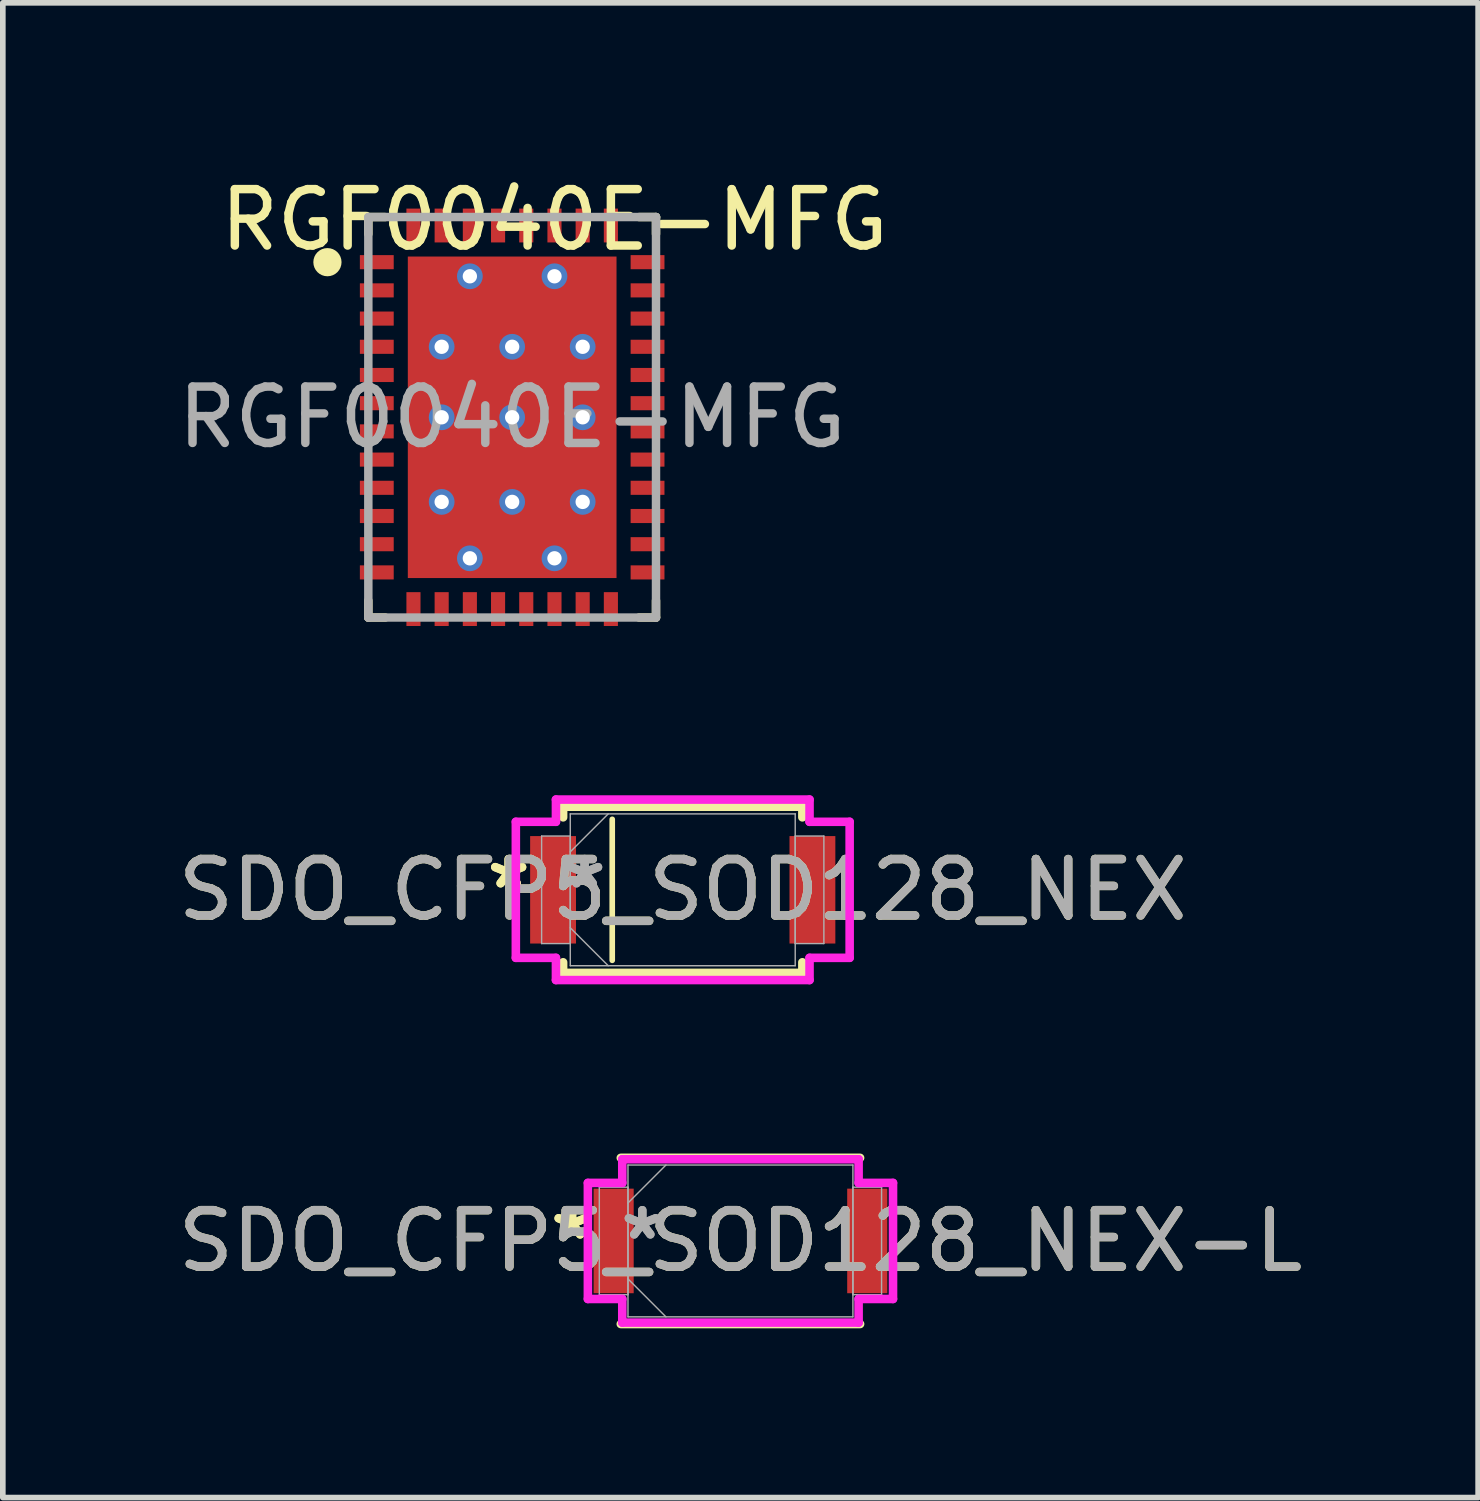
<source format=kicad_pcb>
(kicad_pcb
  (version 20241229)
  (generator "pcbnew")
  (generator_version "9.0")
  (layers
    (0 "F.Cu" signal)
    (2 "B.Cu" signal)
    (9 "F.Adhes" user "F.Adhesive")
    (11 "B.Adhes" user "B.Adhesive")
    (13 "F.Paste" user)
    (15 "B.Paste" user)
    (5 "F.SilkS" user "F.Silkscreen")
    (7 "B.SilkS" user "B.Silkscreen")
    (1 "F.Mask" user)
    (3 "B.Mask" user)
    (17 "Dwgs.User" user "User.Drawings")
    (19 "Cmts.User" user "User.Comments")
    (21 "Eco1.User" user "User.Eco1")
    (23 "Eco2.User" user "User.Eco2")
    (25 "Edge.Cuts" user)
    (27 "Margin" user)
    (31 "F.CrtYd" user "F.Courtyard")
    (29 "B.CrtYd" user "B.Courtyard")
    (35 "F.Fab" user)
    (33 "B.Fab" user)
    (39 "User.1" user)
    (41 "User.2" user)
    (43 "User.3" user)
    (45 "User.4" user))
  (footprint "SDO_CFP5_SOD128_NEX"
    (layer "F.Cu")
    (at 9.054 12.725)
    (property "Reference" "SDO_CFP5_SOD128_NEX" (at 0 0 0) (unlocked yes) (layer "F.SilkS") (effects (font (size 1 1) (thickness 0.15))))
    (attr smd)
    (fp_line (start -2.121 -1.473) (end -2.121 -1.285) (stroke (width 0.152) (type solid)) (layer "F.SilkS"))
    (fp_line (start -2.121 1.285) (end -2.121 1.473) (stroke (width 0.152) (type solid)) (layer "F.SilkS"))
    (fp_line (start -2.121 1.473) (end 2.121 1.473) (stroke (width 0.152) (type solid)) (layer "F.SilkS"))
    (fp_line (start -1.25 -1.25) (end -1.25 1.25) (stroke (width 0.1) (type default)) (layer "F.SilkS"))
    (fp_line (start 2.121 -1.473) (end -2.121 -1.473) (stroke (width 0.152) (type solid)) (layer "F.SilkS"))
    (fp_line (start 2.121 -1.285) (end 2.121 -1.473) (stroke (width 0.152) (type solid)) (layer "F.SilkS"))
    (fp_line (start 2.121 1.473) (end 2.121 1.285) (stroke (width 0.152) (type solid)) (layer "F.SilkS"))
    (fp_line (start -2.959 -1.206) (end -2.248 -1.206) (stroke (width 0.152) (type solid)) (layer "F.CrtYd"))
    (fp_line (start -2.959 1.206) (end -2.959 -1.206) (stroke (width 0.152) (type solid)) (layer "F.CrtYd"))
    (fp_line (start -2.248 -1.6) (end 2.248 -1.6) (stroke (width 0.152) (type solid)) (layer "F.CrtYd"))
    (fp_line (start -2.248 -1.206) (end -2.248 -1.6) (stroke (width 0.152) (type solid)) (layer "F.CrtYd"))
    (fp_line (start -2.248 1.206) (end -2.959 1.206) (stroke (width 0.152) (type solid)) (layer "F.CrtYd"))
    (fp_line (start -2.248 1.6) (end -2.248 1.206) (stroke (width 0.152) (type solid)) (layer "F.CrtYd"))
    (fp_line (start 2.248 -1.6) (end 2.248 -1.206) (stroke (width 0.152) (type solid)) (layer "F.CrtYd"))
    (fp_line (start 2.248 -1.206) (end 2.959 -1.206) (stroke (width 0.152) (type solid)) (layer "F.CrtYd"))
    (fp_line (start 2.248 1.206) (end 2.248 1.6) (stroke (width 0.152) (type solid)) (layer "F.CrtYd"))
    (fp_line (start 2.248 1.6) (end -2.248 1.6) (stroke (width 0.152) (type solid)) (layer "F.CrtYd"))
    (fp_line (start 2.959 -1.206) (end 2.959 1.206) (stroke (width 0.152) (type solid)) (layer "F.CrtYd"))
    (fp_line (start 2.959 1.206) (end 2.248 1.206) (stroke (width 0.152) (type solid)) (layer "F.CrtYd"))
    (fp_line (start -2.502 -0.953) (end -2.502 0.953) (stroke (width 0.025) (type solid)) (layer "F.Fab"))
    (fp_line (start -2.502 0.953) (end -1.994 0.953) (stroke (width 0.025) (type solid)) (layer "F.Fab"))
    (fp_line (start -1.994 -1.346) (end -1.994 1.346) (stroke (width 0.025) (type solid)) (layer "F.Fab"))
    (fp_line (start -1.994 -0.953) (end -2.502 -0.953) (stroke (width 0.025) (type solid)) (layer "F.Fab"))
    (fp_line (start -1.994 -0.673) (end -1.321 -1.346) (stroke (width 0.025) (type solid)) (layer "F.Fab"))
    (fp_line (start -1.994 0.673) (end -1.321 1.346) (stroke (width 0.025) (type solid)) (layer "F.Fab"))
    (fp_line (start -1.994 0.953) (end -1.994 -0.953) (stroke (width 0.025) (type solid)) (layer "F.Fab"))
    (fp_line (start -1.994 1.346) (end 1.994 1.346) (stroke (width 0.025) (type solid)) (layer "F.Fab"))
    (fp_line (start 1.994 -1.346) (end -1.994 -1.346) (stroke (width 0.025) (type solid)) (layer "F.Fab"))
    (fp_line (start 1.994 -0.953) (end 1.994 0.953) (stroke (width 0.025) (type solid)) (layer "F.Fab"))
    (fp_line (start 1.994 0.953) (end 2.502 0.953) (stroke (width 0.025) (type solid)) (layer "F.Fab"))
    (fp_line (start 1.994 1.346) (end 1.994 -1.346) (stroke (width 0.025) (type solid)) (layer "F.Fab"))
    (fp_line (start 2.502 -0.953) (end 1.994 -0.953) (stroke (width 0.025) (type solid)) (layer "F.Fab"))
    (fp_line (start 2.502 0.953) (end 2.502 -0.953) (stroke (width 0.025) (type solid)) (layer "F.Fab"))
    (fp_text user "*" (at -3.086 0 0) (unlocked yes) (layer "F.SilkS") (effects (font (size 1 1) (thickness 0.15))))
    (fp_text user "*" (at -3.086 0 0) (layer "F.SilkS") (effects (font (size 1 1) (thickness 0.15))))
    (fp_text user "*" (at -1.74 0 0) (layer "F.Fab") (effects (font (size 1 1) (thickness 0.15))))
    (fp_text user "*" (at -1.74 0 0) (unlocked yes) (layer "F.Fab") (effects (font (size 1 1) (thickness 0.15))))
    (fp_text user "${REFERENCE}" (at 0 0 0) (unlocked yes) (layer "F.Fab") (effects (font (size 1 1) (thickness 0.15))))
    (pad "1" smd rect (at -2.299 0) (size 0.813 1.905) (layers "F.Cu" "F.Mask" "F.Paste"))
    (pad "2" smd rect (at 2.299 0) (size 0.813 1.905) (layers "F.Cu" "F.Mask" "F.Paste"))
    (zone (net_name "") (layer "F.Cu") (hatch full 0.508) (connect_pads) (min_thickness 0.254) (filled_areas_thickness no) (keepout (tracks not_allowed) (vias not_allowed) (pads allowed) (copperpour not_allowed) (footprints allowed)) (placement (enabled no)) (fill) (polygon (pts (xy 7.212 11.429) (xy 10.895 11.429) (xy 10.895 14.02) (xy 7.212 14.02)))))
  (footprint "SDO_CFP5_SOD128_NEX-L"
    (layer "F.Cu")
    (at 10.077 18.95)
    (property "Reference" "SDO_CFP5_SOD128_NEX-L" (at 0 0 0) (unlocked yes) (layer "F.SilkS") (effects (font (size 1 1) (thickness 0.15))))
    (attr smd)
    (fp_line (start -2.121 1.473) (end 2.121 1.473) (stroke (width 0.152) (type solid)) (layer "F.SilkS"))
    (fp_line (start 2.121 -1.473) (end -2.121 -1.473) (stroke (width 0.152) (type solid)) (layer "F.SilkS"))
    (fp_line (start -2.705 -1.029) (end -2.095 -1.029) (stroke (width 0.152) (type solid)) (layer "F.CrtYd"))
    (fp_line (start -2.705 1.029) (end -2.705 -1.029) (stroke (width 0.152) (type solid)) (layer "F.CrtYd"))
    (fp_line (start -2.095 -1.448) (end 2.095 -1.448) (stroke (width 0.152) (type solid)) (layer "F.CrtYd"))
    (fp_line (start -2.095 -1.029) (end -2.095 -1.448) (stroke (width 0.152) (type solid)) (layer "F.CrtYd"))
    (fp_line (start -2.095 1.029) (end -2.705 1.029) (stroke (width 0.152) (type solid)) (layer "F.CrtYd"))
    (fp_line (start -2.095 1.448) (end -2.095 1.029) (stroke (width 0.152) (type solid)) (layer "F.CrtYd"))
    (fp_line (start 2.095 -1.448) (end 2.095 -1.029) (stroke (width 0.152) (type solid)) (layer "F.CrtYd"))
    (fp_line (start 2.095 -1.029) (end 2.705 -1.029) (stroke (width 0.152) (type solid)) (layer "F.CrtYd"))
    (fp_line (start 2.095 1.029) (end 2.095 1.448) (stroke (width 0.152) (type solid)) (layer "F.CrtYd"))
    (fp_line (start 2.095 1.448) (end -2.095 1.448) (stroke (width 0.152) (type solid)) (layer "F.CrtYd"))
    (fp_line (start 2.705 -1.029) (end 2.705 1.029) (stroke (width 0.152) (type solid)) (layer "F.CrtYd"))
    (fp_line (start 2.705 1.029) (end 2.095 1.029) (stroke (width 0.152) (type solid)) (layer "F.CrtYd"))
    (fp_line (start -2.502 -0.953) (end -2.502 0.953) (stroke (width 0.025) (type solid)) (layer "F.Fab"))
    (fp_line (start -2.502 0.953) (end -1.994 0.953) (stroke (width 0.025) (type solid)) (layer "F.Fab"))
    (fp_line (start -1.994 -1.346) (end -1.994 1.346) (stroke (width 0.025) (type solid)) (layer "F.Fab"))
    (fp_line (start -1.994 -0.953) (end -2.502 -0.953) (stroke (width 0.025) (type solid)) (layer "F.Fab"))
    (fp_line (start -1.994 -0.673) (end -1.321 -1.346) (stroke (width 0.025) (type solid)) (layer "F.Fab"))
    (fp_line (start -1.994 0.673) (end -1.321 1.346) (stroke (width 0.025) (type solid)) (layer "F.Fab"))
    (fp_line (start -1.994 0.953) (end -1.994 -0.953) (stroke (width 0.025) (type solid)) (layer "F.Fab"))
    (fp_line (start -1.994 1.346) (end 1.994 1.346) (stroke (width 0.025) (type solid)) (layer "F.Fab"))
    (fp_line (start 1.994 -1.346) (end -1.994 -1.346) (stroke (width 0.025) (type solid)) (layer "F.Fab"))
    (fp_line (start 1.994 -0.953) (end 1.994 0.953) (stroke (width 0.025) (type solid)) (layer "F.Fab"))
    (fp_line (start 1.994 0.953) (end 2.502 0.953) (stroke (width 0.025) (type solid)) (layer "F.Fab"))
    (fp_line (start 1.994 1.346) (end 1.994 -1.346) (stroke (width 0.025) (type solid)) (layer "F.Fab"))
    (fp_line (start 2.502 -0.953) (end 1.994 -0.953) (stroke (width 0.025) (type solid)) (layer "F.Fab"))
    (fp_line (start 2.502 0.953) (end 2.502 -0.953) (stroke (width 0.025) (type solid)) (layer "F.Fab"))
    (fp_text user "*" (at -2.985 0 0) (unlocked yes) (layer "F.SilkS") (effects (font (size 1 1) (thickness 0.15))))
    (fp_text user "*" (at -2.985 0 0) (layer "F.SilkS") (effects (font (size 1 1) (thickness 0.15))))
    (fp_text user "${REFERENCE}" (at 0 0 0) (unlocked yes) (layer "F.Fab") (effects (font (size 1 1) (thickness 0.15))))
    (fp_text user "*" (at -1.74 0 0) (unlocked yes) (layer "F.Fab") (effects (font (size 1 1) (thickness 0.15))))
    (fp_text user "*" (at -1.74 0 0) (layer "F.Fab") (effects (font (size 1 1) (thickness 0.15))))
    (pad "1" smd rect (at -2.248 0) (size 0.711 1.854) (layers "F.Cu" "F.Mask" "F.Paste"))
    (pad "2" smd rect (at 2.248 0) (size 0.711 1.854) (layers "F.Cu" "F.Mask" "F.Paste"))
    (zone (net_name "") (layer "F.Cu") (hatch full 0.508) (connect_pads) (min_thickness 0.254) (filled_areas_thickness no) (keepout (tracks not_allowed) (vias not_allowed) (pads allowed) (copperpour not_allowed) (footprints allowed)) (placement (enabled no)) (fill) (polygon (pts (xy 8.236 17.655) (xy 11.919 17.655) (xy 11.919 20.246) (xy 8.236 20.246)))))
  (footprint "RGF0040E-MFG"
    (layer "F.Cu")
    (at 6.03 4.348)
    (property "Reference" "RGF0040E-MFG" (at 0.75 -3.5 0) (unlocked yes) (layer "F.SilkS") (effects (font (size 1 1) (thickness 0.15))))
    (attr smd)
    (fp_line (start -2.55 -3.55) (end -2.25 -3.55) (stroke (width 0.15) (type solid)) (layer "F.SilkS"))
    (fp_line (start -2.55 -3.25) (end -2.55 -3.55) (stroke (width 0.15) (type solid)) (layer "F.SilkS"))
    (fp_line (start -2.55 3.55) (end -2.55 3.25) (stroke (width 0.15) (type solid)) (layer "F.SilkS"))
    (fp_line (start -2.55 3.55) (end -2.25 3.55) (stroke (width 0.15) (type solid)) (layer "F.SilkS"))
    (fp_line (start 2.25 -3.55) (end 2.55 -3.55) (stroke (width 0.15) (type solid)) (layer "F.SilkS"))
    (fp_line (start 2.25 3.55) (end 2.55 3.55) (stroke (width 0.15) (type solid)) (layer "F.SilkS"))
    (fp_line (start 2.55 -3.25) (end 2.55 -3.55) (stroke (width 0.15) (type solid)) (layer "F.SilkS"))
    (fp_line (start 2.55 3.55) (end 2.55 3.25) (stroke (width 0.15) (type solid)) (layer "F.SilkS"))
    (fp_circle (center -3.275 -2.75) (end -3.15 -2.75) (stroke (width 0.25) (type solid)) (fill no) (layer "F.SilkS"))
    (fp_poly (pts (xy -1.775 -1.2) (xy -1.725 -1.25) (xy -0.775 -1.25) (xy -0.725 -1.2) (xy -0.725 -0.15) (xy -0.775 -0.1) (xy -1.725 -0.1) (xy -1.775 -0.15)) (stroke (width 0) (type solid)) (fill yes) (layer "F.Paste"))
    (fp_poly (pts (xy -1.725 -2.65) (xy -0.775 -2.65) (xy -0.725 -2.6) (xy -0.725 -1.55) (xy -0.775 -1.5) (xy -1.725 -1.5) (xy -1.775 -1.55) (xy -1.775 -2.6)) (stroke (width 0) (type solid)) (fill yes) (layer "F.Paste"))
    (fp_poly (pts (xy -1.725 0.1) (xy -0.775 0.1) (xy -0.725 0.15) (xy -0.725 1.2) (xy -0.775 1.25) (xy -1.725 1.25) (xy -1.775 1.2) (xy -1.775 0.15)) (stroke (width 0) (type solid)) (fill yes) (layer "F.Paste"))
    (fp_poly (pts (xy -1.725 1.6) (xy -0.775 1.6) (xy -0.725 1.65) (xy -0.725 2.7) (xy -0.775 2.75) (xy -1.725 2.75) (xy -1.775 2.7) (xy -1.775 1.65)) (stroke (width 0) (type solid)) (fill yes) (layer "F.Paste"))
    (fp_poly (pts (xy -0.775 1.45) (xy -0.725 1.5) (xy -0.725 2.55) (xy -0.775 2.6) (xy -1.725 2.6) (xy -1.775 2.55) (xy -1.775 1.5) (xy -1.725 1.45)) (stroke (width 0) (type solid)) (fill yes) (layer "F.Paste"))
    (fp_poly (pts (xy -0.475 -2.65) (xy 0.475 -2.65) (xy 0.525 -2.6) (xy 0.525 -1.55) (xy 0.475 -1.5) (xy -0.475 -1.5) (xy -0.525 -1.55) (xy -0.525 -2.6)) (stroke (width 0) (type solid)) (fill yes) (layer "F.Paste"))
    (fp_poly (pts (xy -0.475 0.1) (xy 0.475 0.1) (xy 0.525 0.15) (xy 0.525 1.2) (xy 0.475 1.25) (xy -0.475 1.25) (xy -0.525 1.2) (xy -0.525 0.15)) (stroke (width 0) (type solid)) (fill yes) (layer "F.Paste"))
    (fp_poly (pts (xy -0.475 1.6) (xy 0.475 1.6) (xy 0.525 1.65) (xy 0.525 2.7) (xy 0.475 2.75) (xy -0.475 2.75) (xy -0.525 2.7) (xy -0.525 1.65)) (stroke (width 0) (type solid)) (fill yes) (layer "F.Paste"))
    (fp_poly (pts (xy 0.475 -1.45) (xy -0.475 -1.45) (xy -0.525 -1.5) (xy -0.525 -2.55) (xy -0.475 -2.6) (xy 0.475 -2.6) (xy 0.525 -2.55) (xy 0.525 -1.5)) (stroke (width 0) (type solid)) (fill yes) (layer "F.Paste"))
    (fp_poly (pts (xy 0.475 -0.1) (xy -0.475 -0.1) (xy -0.525 -0.15) (xy -0.525 -1.2) (xy -0.475 -1.25) (xy 0.475 -1.25) (xy 0.525 -1.2) (xy 0.525 -0.15)) (stroke (width 0) (type solid)) (fill yes) (layer "F.Paste"))
    (fp_poly (pts (xy 0.725 -2.55) (xy 0.775 -2.6) (xy 1.725 -2.6) (xy 1.775 -2.55) (xy 1.775 -1.5) (xy 1.725 -1.45) (xy 0.775 -1.45) (xy 0.725 -1.5)) (stroke (width 0) (type solid)) (fill yes) (layer "F.Paste"))
    (fp_poly (pts (xy 0.775 -2.65) (xy 1.725 -2.65) (xy 1.775 -2.6) (xy 1.775 -1.55) (xy 1.725 -1.5) (xy 0.775 -1.5) (xy 0.725 -1.55) (xy 0.725 -2.6)) (stroke (width 0) (type solid)) (fill yes) (layer "F.Paste"))
    (fp_poly (pts (xy 0.775 0.1) (xy 1.725 0.1) (xy 1.775 0.15) (xy 1.775 1.2) (xy 1.725 1.25) (xy 0.775 1.25) (xy 0.725 1.2) (xy 0.725 0.15)) (stroke (width 0) (type solid)) (fill yes) (layer "F.Paste"))
    (fp_poly (pts (xy 0.775 1.6) (xy 1.725 1.6) (xy 1.775 1.65) (xy 1.775 2.7) (xy 1.725 2.75) (xy 0.775 2.75) (xy 0.725 2.7) (xy 0.725 1.65)) (stroke (width 0) (type solid)) (fill yes) (layer "F.Paste"))
    (fp_poly (pts (xy 1.725 -1.25) (xy 1.775 -1.2) (xy 1.775 -0.15) (xy 1.725 -0.1) (xy 0.775 -0.1) (xy 0.725 -0.15) (xy 0.725 -1.2) (xy 0.775 -1.25)) (stroke (width 0) (type solid)) (fill yes) (layer "F.Paste"))
    (fp_line (start -2.55 -3.55) (end 2.55 -3.55) (stroke (width 0.15) (type solid)) (layer "F.Fab"))
    (fp_line (start -2.55 3.55) (end -2.55 -3.55) (stroke (width 0.15) (type solid)) (layer "F.Fab"))
    (fp_line (start -2.55 3.55) (end 2.55 3.55) (stroke (width 0.15) (type solid)) (layer "F.Fab"))
    (fp_line (start 2.55 3.55) (end 2.55 -3.55) (stroke (width 0.15) (type solid)) (layer "F.Fab"))
    (fp_text user "${REFERENCE}" (at 0 0 0) (unlocked yes) (layer "F.Fab") (effects (font (size 1 1) (thickness 0.15))))
    (pad "1" smd rect (at -2.4 -2.75 90) (size 0.25 0.6) (layers "F.Cu" "F.Mask" "F.Paste"))
    (pad "2" smd rect (at -2.4 -2.25 90) (size 0.25 0.6) (layers "F.Cu" "F.Mask" "F.Paste"))
    (pad "3" smd rect (at -2.4 -1.75 90) (size 0.25 0.6) (layers "F.Cu" "F.Mask" "F.Paste"))
    (pad "4" smd rect (at -2.4 -1.25 90) (size 0.25 0.6) (layers "F.Cu" "F.Mask" "F.Paste"))
    (pad "5" smd rect (at -2.4 -0.75 90) (size 0.25 0.6) (layers "F.Cu" "F.Mask" "F.Paste"))
    (pad "6" smd rect (at -2.4 -0.25 90) (size 0.25 0.6) (layers "F.Cu" "F.Mask" "F.Paste"))
    (pad "7" smd rect (at -2.4 0.25 90) (size 0.25 0.6) (layers "F.Cu" "F.Mask" "F.Paste"))
    (pad "8" smd rect (at -2.4 0.75 90) (size 0.25 0.6) (layers "F.Cu" "F.Mask" "F.Paste"))
    (pad "9" smd rect (at -2.4 1.25 90) (size 0.25 0.6) (layers "F.Cu" "F.Mask" "F.Paste"))
    (pad "10" smd rect (at -2.4 1.75 90) (size 0.25 0.6) (layers "F.Cu" "F.Mask" "F.Paste"))
    (pad "11" smd rect (at -2.4 2.25 90) (size 0.25 0.6) (layers "F.Cu" "F.Mask" "F.Paste"))
    (pad "12" smd rect (at -2.4 2.75 90) (size 0.25 0.6) (layers "F.Cu" "F.Mask" "F.Paste"))
    (pad "13" smd rect (at -1.75 3.4) (size 0.25 0.6) (layers "F.Cu" "F.Mask" "F.Paste"))
    (pad "14" smd rect (at -1.25 3.4) (size 0.25 0.6) (layers "F.Cu" "F.Mask" "F.Paste"))
    (pad "15" smd rect (at -0.75 3.4) (size 0.25 0.6) (layers "F.Cu" "F.Mask" "F.Paste"))
    (pad "16" smd rect (at -0.25 3.4) (size 0.25 0.6) (layers "F.Cu" "F.Mask" "F.Paste"))
    (pad "17" smd rect (at 0.25 3.4) (size 0.25 0.6) (layers "F.Cu" "F.Mask" "F.Paste"))
    (pad "18" smd rect (at 0.75 3.4) (size 0.25 0.6) (layers "F.Cu" "F.Mask" "F.Paste"))
    (pad "19" smd rect (at 1.25 3.4) (size 0.25 0.6) (layers "F.Cu" "F.Mask" "F.Paste"))
    (pad "20" smd rect (at 1.75 3.4) (size 0.25 0.6) (layers "F.Cu" "F.Mask" "F.Paste"))
    (pad "21" smd rect (at 2.4 2.75 90) (size 0.25 0.6) (layers "F.Cu" "F.Mask" "F.Paste"))
    (pad "22" smd rect (at 2.4 2.25 90) (size 0.25 0.6) (layers "F.Cu" "F.Mask" "F.Paste"))
    (pad "23" smd rect (at 2.4 1.75 90) (size 0.25 0.6) (layers "F.Cu" "F.Mask" "F.Paste"))
    (pad "24" smd rect (at 2.4 1.25 90) (size 0.25 0.6) (layers "F.Cu" "F.Mask" "F.Paste"))
    (pad "25" smd rect (at 2.4 0.75 90) (size 0.25 0.6) (layers "F.Cu" "F.Mask" "F.Paste"))
    (pad "26" smd rect (at 2.4 0.25 90) (size 0.25 0.6) (layers "F.Cu" "F.Mask" "F.Paste"))
    (pad "27" smd rect (at 2.4 -0.25 90) (size 0.25 0.6) (layers "F.Cu" "F.Mask" "F.Paste"))
    (pad "28" smd rect (at 2.4 -0.75 90) (size 0.25 0.6) (layers "F.Cu" "F.Mask" "F.Paste"))
    (pad "29" smd rect (at 2.4 -1.25 90) (size 0.25 0.6) (layers "F.Cu" "F.Mask" "F.Paste"))
    (pad "30" smd rect (at 2.4 -1.75 90) (size 0.25 0.6) (layers "F.Cu" "F.Mask" "F.Paste"))
    (pad "31" smd rect (at 2.4 -2.25 90) (size 0.25 0.6) (layers "F.Cu" "F.Mask" "F.Paste"))
    (pad "32" smd rect (at 2.4 -2.75 90) (size 0.25 0.6) (layers "F.Cu" "F.Mask" "F.Paste"))
    (pad "33" smd rect (at 1.75 -3.4) (size 0.25 0.6) (layers "F.Cu" "F.Mask" "F.Paste"))
    (pad "34" smd rect (at 1.25 -3.4) (size 0.25 0.6) (layers "F.Cu" "F.Mask" "F.Paste"))
    (pad "35" smd rect (at 0.75 -3.4) (size 0.25 0.6) (layers "F.Cu" "F.Mask" "F.Paste"))
    (pad "36" smd rect (at 0.25 -3.4) (size 0.25 0.6) (layers "F.Cu" "F.Mask" "F.Paste"))
    (pad "37" smd rect (at -0.25 -3.4) (size 0.25 0.6) (layers "F.Cu" "F.Mask" "F.Paste"))
    (pad "38" smd rect (at -0.75 -3.4) (size 0.25 0.6) (layers "F.Cu" "F.Mask" "F.Paste"))
    (pad "39" smd rect (at -1.25 -3.4) (size 0.25 0.6) (layers "F.Cu" "F.Mask" "F.Paste"))
    (pad "40" smd rect (at -1.75 -3.4) (size 0.25 0.6) (layers "F.Cu" "F.Mask" "F.Paste"))
    (pad "41" thru_hole circle (at -1.25 -1.25) (size 0.457 0.457) (drill 0.254) (property pad_prop_heatsink) (layers "*.Cu"))
    (pad "41" thru_hole circle (at -1.25 0) (size 0.457 0.457) (drill 0.254) (property pad_prop_heatsink) (layers "*.Cu"))
    (pad "41" thru_hole circle (at -1.25 1.5) (size 0.457 0.457) (drill 0.254) (property pad_prop_heatsink) (layers "*.Cu"))
    (pad "41" thru_hole circle (at -0.75 -2.5) (size 0.457 0.457) (drill 0.254) (property pad_prop_heatsink) (layers "*.Cu"))
    (pad "41" thru_hole circle (at -0.75 2.5) (size 0.457 0.457) (drill 0.254) (property pad_prop_heatsink) (layers "*.Cu"))
    (pad "41" thru_hole circle (at 0 -1.25) (size 0.457 0.457) (drill 0.254) (property pad_prop_heatsink) (layers "*.Cu"))
    (pad "41" thru_hole circle (at 0 0) (size 0.457 0.457) (drill 0.254) (property pad_prop_heatsink) (layers "*.Cu"))
    (pad "41" smd rect (at 0 0) (size 3.7 5.7) (layers "F.Cu" "F.Mask"))
    (pad "41" thru_hole circle (at 0 1.5) (size 0.457 0.457) (drill 0.254) (property pad_prop_heatsink) (layers "*.Cu"))
    (pad "41" thru_hole circle (at 0.75 -2.5) (size 0.457 0.457) (drill 0.254) (property pad_prop_heatsink) (layers "*.Cu"))
    (pad "41" thru_hole circle (at 0.75 2.5) (size 0.457 0.457) (drill 0.254) (property pad_prop_heatsink) (layers "*.Cu"))
    (pad "41" thru_hole circle (at 1.25 -1.25) (size 0.457 0.457) (drill 0.254) (property pad_prop_heatsink) (layers "*.Cu"))
    (pad "41" thru_hole circle (at 1.25 0) (size 0.457 0.457) (drill 0.254) (property pad_prop_heatsink) (layers "*.Cu"))
    (pad "41" thru_hole circle (at 1.25 1.5) (size 0.457 0.457) (drill 0.254) (property pad_prop_heatsink) (layers "*.Cu")))
  (gr_rect
    (start -3 -3)
    (end 23.155 23.5)
    (stroke (width 0.1) (type default))
    (fill no)
    (layer "Edge.Cuts")))
</source>
